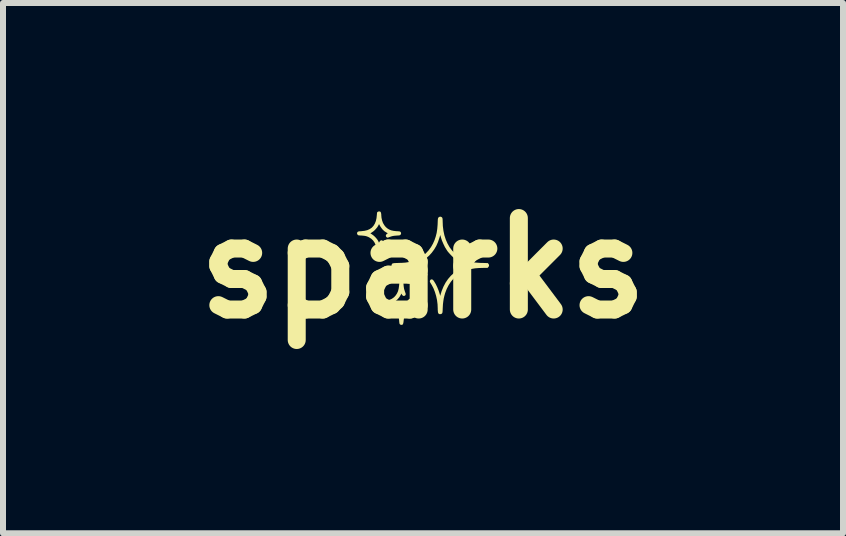
<source format=kicad_pcb>
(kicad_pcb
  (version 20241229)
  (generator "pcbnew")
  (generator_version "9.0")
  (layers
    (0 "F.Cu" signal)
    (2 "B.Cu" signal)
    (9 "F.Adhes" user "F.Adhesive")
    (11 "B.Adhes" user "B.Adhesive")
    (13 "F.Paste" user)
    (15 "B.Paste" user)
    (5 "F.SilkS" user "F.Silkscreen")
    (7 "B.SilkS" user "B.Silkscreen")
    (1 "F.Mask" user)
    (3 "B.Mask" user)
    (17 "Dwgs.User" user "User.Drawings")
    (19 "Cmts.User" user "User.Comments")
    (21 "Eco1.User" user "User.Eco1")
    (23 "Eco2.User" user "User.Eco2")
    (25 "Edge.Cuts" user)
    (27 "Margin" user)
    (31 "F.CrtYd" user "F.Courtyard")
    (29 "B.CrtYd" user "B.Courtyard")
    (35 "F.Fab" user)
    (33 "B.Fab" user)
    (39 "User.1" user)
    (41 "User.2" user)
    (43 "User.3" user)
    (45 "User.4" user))
  (footprint "sparks"
    (layer "F.Cu")
    (at 3.999 1.418)
    (property "Reference" "sparks" (at 0 0 0) (layer "F.SilkS") (effects (font (size 1.524 1.524) (thickness 0.3))))
    (attr through_hole)
    (fp_poly (pts (xy -0.355 0.212) (xy -0.344 0.216) (xy -0.336 0.222) (xy -0.331 0.232) (xy -0.328 0.247) (xy -0.325 0.269) (xy -0.325 0.276) (xy -0.321 0.314) (xy -0.315 0.348) (xy -0.305 0.38) (xy -0.299 0.399) (xy -0.291 0.419) (xy -0.289 0.433) (xy -0.29 0.444) (xy -0.296 0.453) (xy -0.298 0.455) (xy -0.312 0.463) (xy -0.326 0.463) (xy -0.34 0.456) (xy -0.351 0.442) (xy -0.355 0.435) (xy -0.36 0.423) (xy -0.371 0.445) (xy -0.394 0.483) (xy -0.422 0.517) (xy -0.455 0.547) (xy -0.486 0.567) (xy -0.508 0.579) (xy -0.483 0.593) (xy -0.459 0.609) (xy -0.434 0.631) (xy -0.411 0.656) (xy -0.39 0.682) (xy -0.377 0.704) (xy -0.36 0.736) (xy -0.352 0.718) (xy -0.331 0.681) (xy -0.303 0.646) (xy -0.269 0.615) (xy -0.24 0.595) (xy -0.215 0.579) (xy -0.229 0.57) (xy -0.242 0.557) (xy -0.248 0.544) (xy -0.245 0.53) (xy -0.243 0.527) (xy -0.234 0.516) (xy -0.224 0.511) (xy -0.211 0.511) (xy -0.193 0.516) (xy -0.184 0.52) (xy -0.16 0.528) (xy -0.137 0.534) (xy -0.112 0.539) (xy -0.082 0.542) (xy -0.061 0.543) (xy -0.041 0.545) (xy -0.025 0.547) (xy -0.013 0.549) (xy -0.009 0.55) (xy -0.001 0.558) (xy 0.005 0.571) (xy 0.006 0.585) (xy 0.005 0.59) (xy 0.000128 0.599) (xy -0.006 0.606) (xy -0.016 0.61) (xy -0.03 0.613) (xy -0.051 0.615) (xy -0.066 0.616) (xy -0.109 0.62) (xy -0.145 0.626) (xy -0.176 0.636) (xy -0.203 0.65) (xy -0.229 0.668) (xy -0.247 0.685) (xy -0.269 0.71) (xy -0.287 0.736) (xy -0.301 0.765) (xy -0.311 0.798) (xy -0.318 0.837) (xy -0.323 0.874) (xy -0.326 0.901) (xy -0.33 0.92) (xy -0.335 0.933) (xy -0.341 0.941) (xy -0.351 0.945) (xy -0.361 0.945) (xy -0.377 0.942) (xy -0.385 0.936) (xy -0.39 0.929) (xy -0.393 0.921) (xy -0.395 0.907) (xy -0.397 0.888) (xy -0.397 0.882) (xy -0.404 0.827) (xy -0.416 0.778) (xy -0.435 0.736) (xy -0.459 0.699) (xy -0.489 0.67) (xy -0.525 0.646) (xy -0.566 0.629) (xy -0.613 0.619) (xy -0.666 0.615) (xy -0.673 0.615) (xy -0.696 0.613) (xy -0.712 0.608) (xy -0.722 0.599) (xy -0.726 0.585) (xy -0.726 0.58) (xy -0.724 0.567) (xy -0.718 0.557) (xy -0.706 0.549) (xy -0.688 0.545) (xy -0.664 0.542) (xy -0.634 0.541) (xy -0.612 0.54) (xy -0.585 0.534) (xy -0.559 0.527) (xy -0.534 0.518) (xy -0.526 0.514) (xy -0.511 0.505) (xy -0.494 0.493) (xy -0.481 0.483) (xy -0.455 0.454) (xy -0.434 0.422) (xy -0.417 0.385) (xy -0.406 0.342) (xy -0.399 0.292) (xy -0.399 0.291) (xy -0.397 0.27) (xy -0.395 0.252) (xy -0.393 0.239) (xy -0.391 0.232) (xy -0.391 0.232) (xy -0.382 0.221) (xy -0.37 0.214) (xy -0.357 0.212)) (stroke (width 0) (type solid)) (fill yes) (layer "F.SilkS"))
    (fp_poly (pts (xy -0.716 -0.943) (xy -0.706 -0.935) (xy -0.7 -0.919) (xy -0.696 -0.896) (xy -0.696 -0.884) (xy -0.692 -0.839) (xy -0.682 -0.794) (xy -0.667 -0.752) (xy -0.645 -0.715) (xy -0.621 -0.685) (xy -0.594 -0.662) (xy -0.565 -0.644) (xy -0.531 -0.63) (xy -0.491 -0.621) (xy -0.446 -0.616) (xy -0.436 -0.616) (xy -0.414 -0.614) (xy -0.399 -0.613) (xy -0.388 -0.611) (xy -0.382 -0.608) (xy -0.376 -0.605) (xy -0.375 -0.603) (xy -0.367 -0.59) (xy -0.366 -0.574) (xy -0.373 -0.559) (xy -0.375 -0.557) (xy -0.379 -0.553) (xy -0.384 -0.549) (xy -0.392 -0.547) (xy -0.403 -0.545) (xy -0.42 -0.544) (xy -0.444 -0.542) (xy -0.445 -0.542) (xy -0.472 -0.54) (xy -0.494 -0.537) (xy -0.514 -0.533) (xy -0.534 -0.527) (xy -0.557 -0.519) (xy -0.572 -0.513) (xy -0.584 -0.509) (xy -0.592 -0.508) (xy -0.599 -0.51) (xy -0.604 -0.513) (xy -0.616 -0.525) (xy -0.62 -0.539) (xy -0.617 -0.554) (xy -0.607 -0.566) (xy -0.603 -0.569) (xy -0.594 -0.575) (xy -0.589 -0.58) (xy -0.589 -0.58) (xy -0.592 -0.583) (xy -0.601 -0.589) (xy -0.609 -0.593) (xy -0.646 -0.617) (xy -0.679 -0.649) (xy -0.708 -0.689) (xy -0.719 -0.708) (xy -0.733 -0.734) (xy -0.748 -0.705) (xy -0.762 -0.682) (xy -0.782 -0.658) (xy -0.804 -0.634) (xy -0.828 -0.613) (xy -0.85 -0.598) (xy -0.85 -0.597) (xy -0.863 -0.589) (xy -0.873 -0.583) (xy -0.876 -0.58) (xy -0.876 -0.58) (xy -0.873 -0.577) (xy -0.864 -0.571) (xy -0.854 -0.565) (xy -0.829 -0.547) (xy -0.803 -0.524) (xy -0.779 -0.498) (xy -0.758 -0.471) (xy -0.743 -0.444) (xy -0.739 -0.435) (xy -0.734 -0.423) (xy -0.726 -0.439) (xy -0.714 -0.455) (xy -0.701 -0.463) (xy -0.687 -0.464) (xy -0.673 -0.457) (xy -0.671 -0.455) (xy -0.663 -0.442) (xy -0.663 -0.425) (xy -0.669 -0.404) (xy -0.67 -0.401) (xy -0.68 -0.372) (xy -0.689 -0.336) (xy -0.694 -0.296) (xy -0.696 -0.278) (xy -0.698 -0.256) (xy -0.7 -0.241) (xy -0.702 -0.231) (xy -0.706 -0.225) (xy -0.707 -0.224) (xy -0.721 -0.215) (xy -0.737 -0.213) (xy -0.746 -0.215) (xy -0.755 -0.22) (xy -0.762 -0.229) (xy -0.766 -0.243) (xy -0.769 -0.262) (xy -0.771 -0.284) (xy -0.777 -0.337) (xy -0.789 -0.384) (xy -0.808 -0.426) (xy -0.832 -0.461) (xy -0.863 -0.49) (xy -0.899 -0.513) (xy -0.905 -0.516) (xy -0.925 -0.525) (xy -0.945 -0.532) (xy -0.966 -0.537) (xy -0.99 -0.54) (xy -1.02 -0.543) (xy -1.033 -0.543) (xy -1.054 -0.545) (xy -1.069 -0.546) (xy -1.078 -0.548) (xy -1.084 -0.551) (xy -1.089 -0.555) (xy -1.09 -0.557) (xy -1.099 -0.571) (xy -1.099 -0.587) (xy -1.092 -0.601) (xy -1.09 -0.603) (xy -1.085 -0.607) (xy -1.079 -0.61) (xy -1.07 -0.612) (xy -1.057 -0.614) (xy -1.037 -0.615) (xy -1.026 -0.616) (xy -0.974 -0.622) (xy -0.928 -0.633) (xy -0.888 -0.651) (xy -0.853 -0.675) (xy -0.825 -0.706) (xy -0.803 -0.742) (xy -0.786 -0.785) (xy -0.775 -0.834) (xy -0.77 -0.882) (xy -0.768 -0.903) (xy -0.767 -0.917) (xy -0.765 -0.927) (xy -0.762 -0.932) (xy -0.757 -0.937) (xy -0.757 -0.937) (xy -0.742 -0.944) (xy -0.725 -0.945)) (stroke (width 0) (type solid)) (fill yes) (layer "F.SilkS"))
    (fp_poly (pts (xy 0.305 -0.853) (xy 0.314 -0.847) (xy 0.32 -0.84) (xy 0.324 -0.83) (xy 0.326 -0.814) (xy 0.327 -0.792) (xy 0.327 -0.788) (xy 0.33 -0.703) (xy 0.34 -0.623) (xy 0.356 -0.547) (xy 0.379 -0.476) (xy 0.408 -0.41) (xy 0.442 -0.35) (xy 0.483 -0.295) (xy 0.528 -0.246) (xy 0.58 -0.203) (xy 0.636 -0.167) (xy 0.698 -0.137) (xy 0.737 -0.122) (xy 0.771 -0.112) (xy 0.804 -0.104) (xy 0.837 -0.098) (xy 0.873 -0.093) (xy 0.913 -0.09) (xy 0.96 -0.087) (xy 0.983 -0.087) (xy 1.079 -0.084) (xy 1.09 -0.072) (xy 1.099 -0.056) (xy 1.1 -0.039) (xy 1.092 -0.022) (xy 1.087 -0.017) (xy 1.075 -0.004) (xy 1.003 -0.004) (xy 0.933 -0.002) (xy 0.869 0.003) (xy 0.81 0.013) (xy 0.754 0.028) (xy 0.737 0.033) (xy 0.672 0.058) (xy 0.613 0.091) (xy 0.558 0.13) (xy 0.508 0.175) (xy 0.464 0.227) (xy 0.426 0.285) (xy 0.394 0.348) (xy 0.368 0.417) (xy 0.356 0.46) (xy 0.345 0.506) (xy 0.338 0.552) (xy 0.332 0.601) (xy 0.329 0.654) (xy 0.328 0.672) (xy 0.327 0.699) (xy 0.326 0.719) (xy 0.324 0.733) (xy 0.323 0.742) (xy 0.32 0.749) (xy 0.317 0.753) (xy 0.316 0.755) (xy 0.304 0.764) (xy 0.288 0.767) (xy 0.272 0.766) (xy 0.268 0.764) (xy 0.259 0.758) (xy 0.253 0.749) (xy 0.249 0.736) (xy 0.247 0.717) (xy 0.245 0.692) (xy 0.245 0.675) (xy 0.242 0.603) (xy 0.233 0.532) (xy 0.218 0.463) (xy 0.198 0.397) (xy 0.174 0.336) (xy 0.145 0.28) (xy 0.134 0.263) (xy 0.125 0.248) (xy 0.118 0.236) (xy 0.114 0.227) (xy 0.114 0.227) (xy 0.114 0.214) (xy 0.119 0.201) (xy 0.129 0.191) (xy 0.133 0.189) (xy 0.146 0.187) (xy 0.159 0.191) (xy 0.172 0.203) (xy 0.183 0.218) (xy 0.213 0.268) (xy 0.238 0.32) (xy 0.26 0.375) (xy 0.273 0.415) (xy 0.287 0.462) (xy 0.292 0.443) (xy 0.295 0.43) (xy 0.301 0.413) (xy 0.307 0.392) (xy 0.312 0.378) (xy 0.341 0.307) (xy 0.376 0.241) (xy 0.417 0.181) (xy 0.465 0.126) (xy 0.518 0.078) (xy 0.576 0.037) (xy 0.64 0.002) (xy 0.708 -0.027) (xy 0.72 -0.031) (xy 0.764 -0.045) (xy 0.714 -0.061) (xy 0.665 -0.08) (xy 0.615 -0.104) (xy 0.568 -0.131) (xy 0.541 -0.149) (xy 0.515 -0.169) (xy 0.487 -0.195) (xy 0.459 -0.224) (xy 0.432 -0.253) (xy 0.408 -0.282) (xy 0.394 -0.303) (xy 0.365 -0.35) (xy 0.339 -0.404) (xy 0.315 -0.46) (xy 0.297 -0.516) (xy 0.292 -0.533) (xy 0.287 -0.552) (xy 0.273 -0.505) (xy 0.249 -0.434) (xy 0.22 -0.369) (xy 0.185 -0.31) (xy 0.145 -0.256) (xy 0.103 -0.21) (xy 0.049 -0.162) (xy -0.009 -0.121) (xy -0.071 -0.088) (xy -0.139 -0.061) (xy -0.148 -0.058) (xy -0.191 -0.044) (xy -0.159 -0.035) (xy -0.121 -0.022) (xy -0.081 -0.005) (xy -0.043 0.013) (xy -0.024 0.023) (xy -0.004 0.035) (xy 0.016 0.048) (xy 0.034 0.062) (xy 0.051 0.075) (xy 0.064 0.086) (xy 0.072 0.094) (xy 0.074 0.098) (xy 0.072 0.118) (xy 0.064 0.131) (xy 0.051 0.139) (xy 0.049 0.139) (xy 0.043 0.14) (xy 0.037 0.14) (xy 0.029 0.137) (xy 0.019 0.13) (xy 0.004 0.12) (xy -0.012 0.109) (xy -0.062 0.077) (xy -0.117 0.05) (xy -0.175 0.029) (xy -0.238 0.013) (xy -0.307 0.002) (xy -0.381 -0.003) (xy -0.433 -0.004) (xy -0.458 -0.004) (xy -0.476 -0.005) (xy -0.488 -0.005) (xy -0.497 -0.007) (xy -0.503 -0.009) (xy -0.508 -0.013) (xy -0.511 -0.015) (xy -0.522 -0.029) (xy -0.526 -0.045) (xy -0.522 -0.059) (xy -0.519 -0.066) (xy -0.515 -0.072) (xy -0.51 -0.077) (xy -0.502 -0.08) (xy -0.49 -0.082) (xy -0.474 -0.084) (xy -0.452 -0.085) (xy -0.424 -0.086) (xy -0.4 -0.087) (xy -0.359 -0.088) (xy -0.325 -0.09) (xy -0.295 -0.092) (xy -0.269 -0.096) (xy -0.244 -0.1) (xy -0.218 -0.106) (xy -0.196 -0.112) (xy -0.128 -0.135) (xy -0.065 -0.165) (xy -0.008 -0.202) (xy 0.045 -0.245) (xy 0.092 -0.295) (xy 0.133 -0.351) (xy 0.165 -0.407) (xy 0.191 -0.465) (xy 0.211 -0.524) (xy 0.227 -0.586) (xy 0.237 -0.653) (xy 0.243 -0.725) (xy 0.244 -0.749) (xy 0.245 -0.778) (xy 0.246 -0.799) (xy 0.247 -0.815) (xy 0.249 -0.826) (xy 0.251 -0.833) (xy 0.253 -0.838) (xy 0.256 -0.843) (xy 0.257 -0.844) (xy 0.273 -0.855) (xy 0.289 -0.858)) (stroke (width 0) (type solid)) (fill yes) (layer "F.SilkS")))
  (gr_rect
    (start -3 -3)
    (end 10.997 5.836)
    (stroke (width 0.1) (type default))
    (fill no)
    (layer "Edge.Cuts")))
</source>
